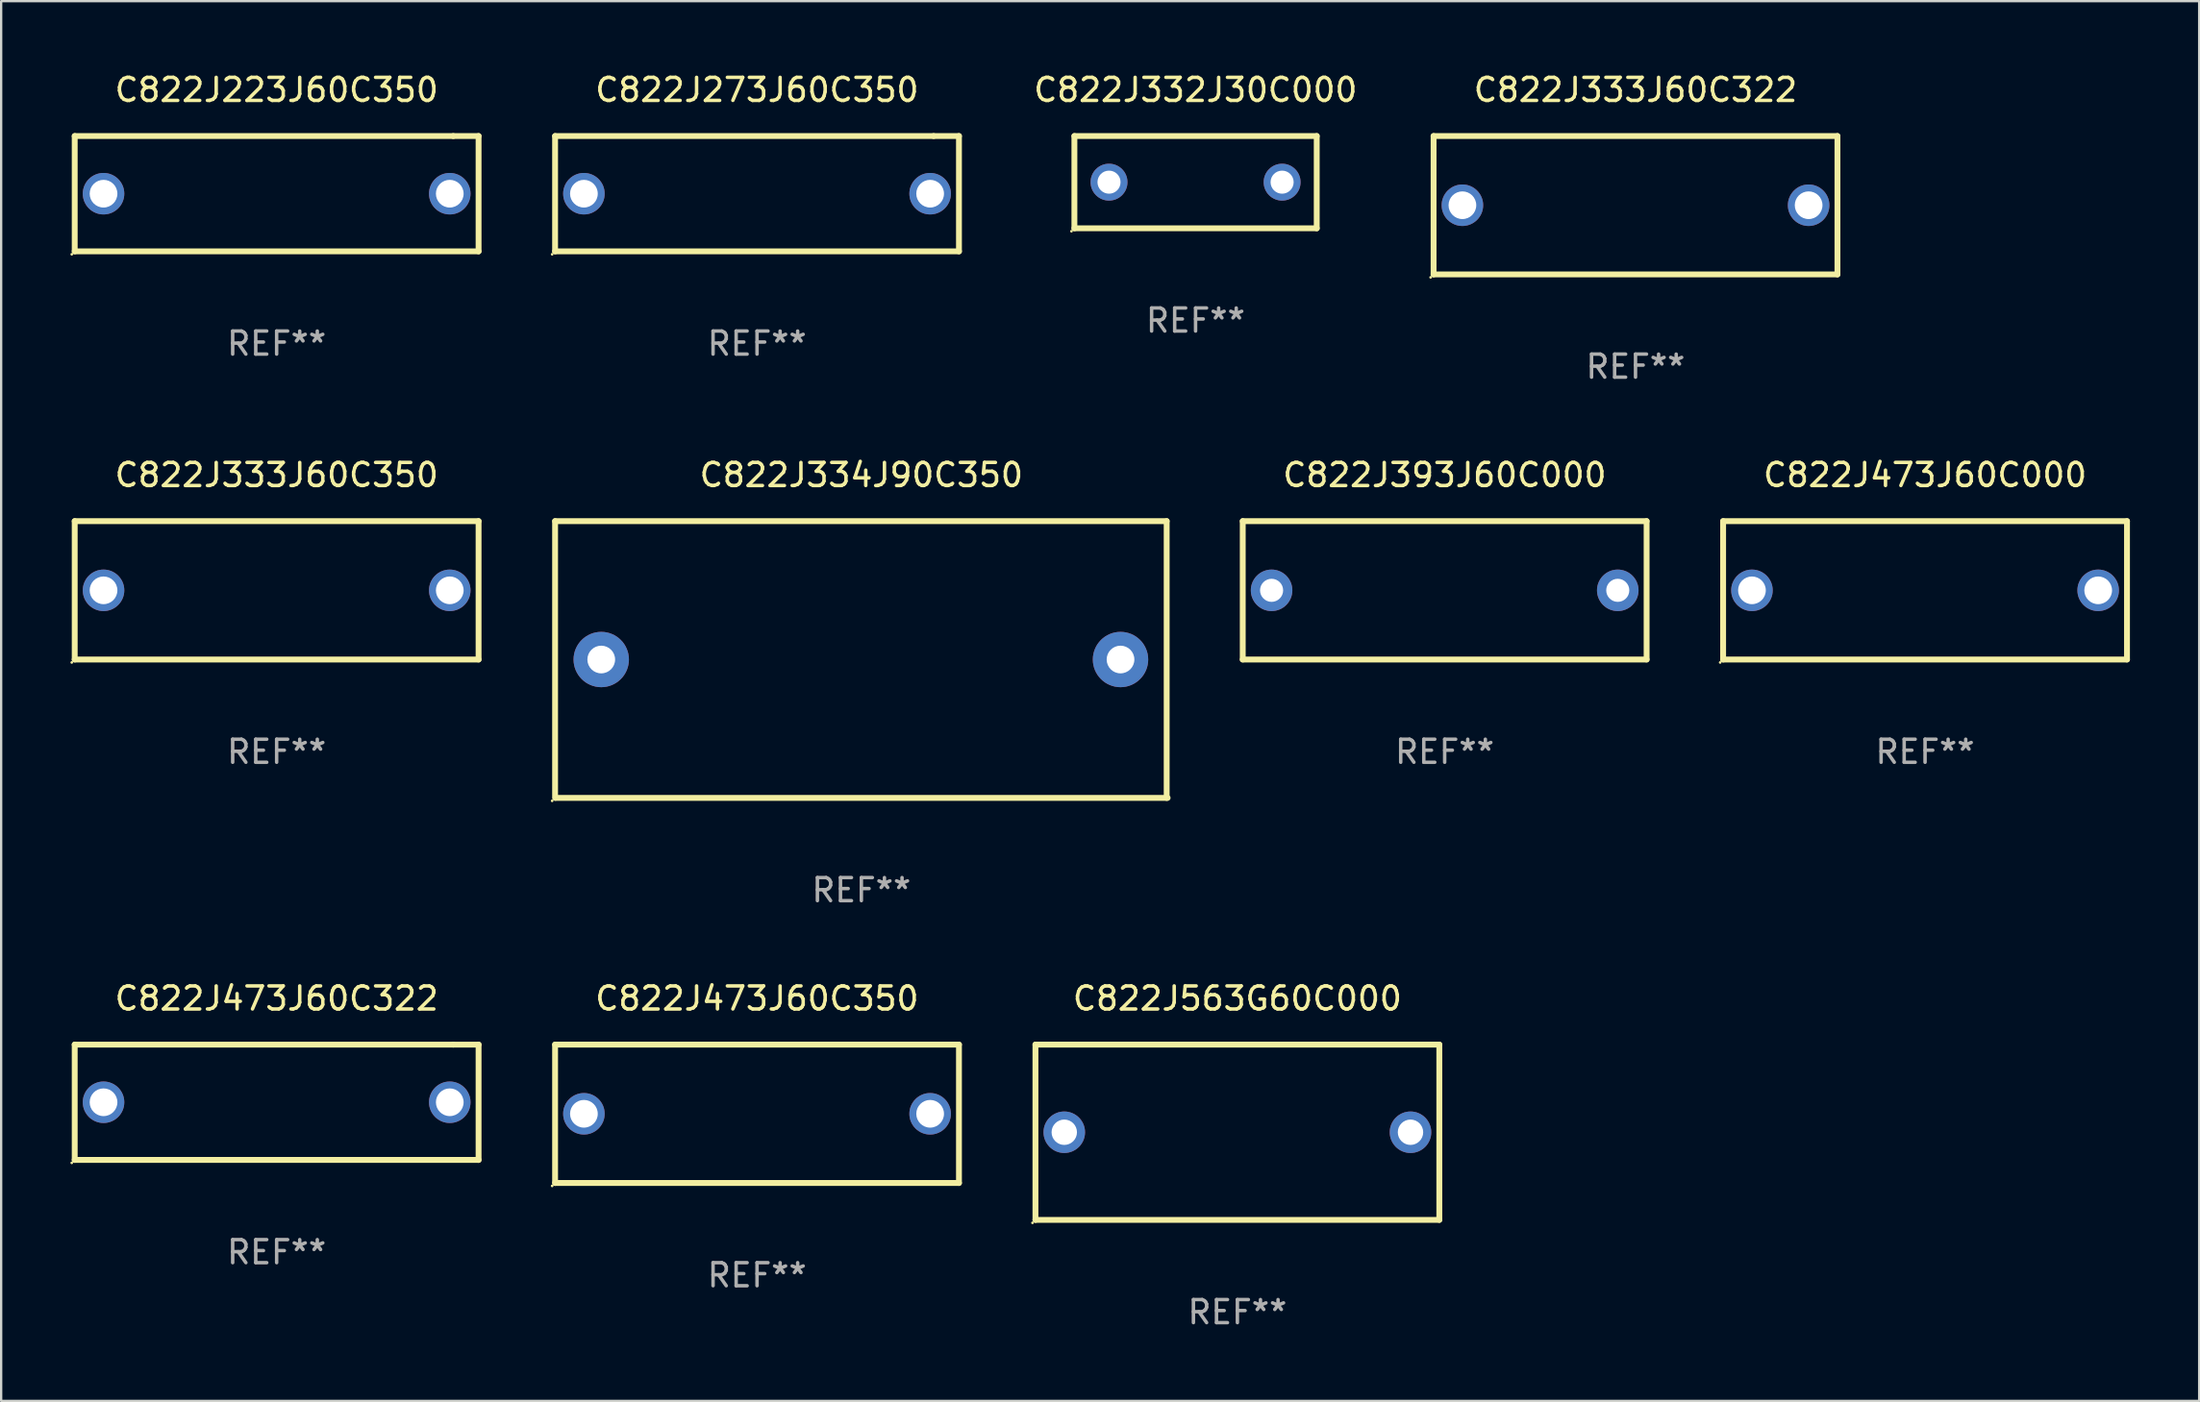
<source format=kicad_pcb>
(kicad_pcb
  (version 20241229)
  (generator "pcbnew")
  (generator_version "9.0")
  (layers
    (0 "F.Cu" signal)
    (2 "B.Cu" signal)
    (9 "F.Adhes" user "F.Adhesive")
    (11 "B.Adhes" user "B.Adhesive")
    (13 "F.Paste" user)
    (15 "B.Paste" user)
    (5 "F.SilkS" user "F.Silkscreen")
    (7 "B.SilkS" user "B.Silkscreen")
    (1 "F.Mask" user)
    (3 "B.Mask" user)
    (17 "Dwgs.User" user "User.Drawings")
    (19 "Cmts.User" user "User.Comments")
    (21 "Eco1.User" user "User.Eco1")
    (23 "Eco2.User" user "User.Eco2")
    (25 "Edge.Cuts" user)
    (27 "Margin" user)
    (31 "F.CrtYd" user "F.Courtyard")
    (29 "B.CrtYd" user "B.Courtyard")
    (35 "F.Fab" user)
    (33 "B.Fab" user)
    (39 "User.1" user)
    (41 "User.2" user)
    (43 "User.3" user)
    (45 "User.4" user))
  (footprint "C822J332J30C000"
    (layer "F.Cu")
    (at 48.754 4.848)
    (property "Reference" "C822J332J30C000" (at 0 -4 0) (layer "F.SilkS") (effects (font (size 1 1) (thickness 0.15))))
    (attr through_hole)
    (fp_line (start -5.25 -2) (end 5.25 -2) (stroke (width 0.254) (type solid)) (layer "F.SilkS"))
    (fp_line (start -5.25 2) (end -5.25 -2) (stroke (width 0.254) (type solid)) (layer "F.SilkS"))
    (fp_line (start 5.25 -2) (end 5.25 2) (stroke (width 0.254) (type solid)) (layer "F.SilkS"))
    (fp_line (start 5.25 2) (end -5.25 2) (stroke (width 0.254) (type solid)) (layer "F.SilkS"))
    (fp_circle (center -5.377 2.127) (end -5.347 2.127) (stroke (width 0.06) (type solid)) (fill no) (layer "F.SilkS"))
    (fp_text user "REF**" (at 0 6 0) (layer "F.Fab") (effects (font (size 1 1) (thickness 0.15))))
    (pad "1" thru_hole circle (at -3.75 0) (size 1.6 1.6) (drill 1) (layers "*.Cu" "*.Mask"))
    (pad "2" thru_hole circle (at 3.75 0) (size 1.6 1.6) (drill 1) (layers "*.Cu" "*.Mask")))
  (footprint "C822J334J90C350"
    (layer "F.Cu")
    (at 34.273 25.545)
    (property "Reference" "C822J334J90C350" (at 0 -8 0) (layer "F.SilkS") (effects (font (size 1 1) (thickness 0.15))))
    (attr through_hole)
    (fp_line (start -13.271 -6) (end 13.229 -6) (stroke (width 0.254) (type solid)) (layer "F.SilkS"))
    (fp_line (start -13.271 6) (end -13.271 -6) (stroke (width 0.254) (type solid)) (layer "F.SilkS"))
    (fp_line (start 13.229 -6) (end 13.229 6) (stroke (width 0.254) (type solid)) (layer "F.SilkS"))
    (fp_line (start 13.271 6) (end -13.229 6) (stroke (width 0.254) (type solid)) (layer "F.SilkS"))
    (fp_circle (center -13.398 6.127) (end -13.368 6.127) (stroke (width 0.06) (type solid)) (fill no) (layer "F.SilkS"))
    (fp_text user "REF**" (at 0 10 0) (layer "F.Fab") (effects (font (size 1 1) (thickness 0.15))))
    (pad "1" thru_hole circle (at -11.271 0) (size 2.4 2.4) (drill 1.2) (layers "*.Cu" "*.Mask"))
    (pad "2" thru_hole circle (at 11.229 0) (size 2.4 2.4) (drill 1.2) (layers "*.Cu" "*.Mask")))
  (footprint "C822J223J60C350"
    (layer "F.Cu")
    (at 8.937 5.348)
    (property "Reference" "C822J223J60C350" (at 0 -4.5 0) (layer "F.SilkS") (effects (font (size 1 1) (thickness 0.15))))
    (attr through_hole)
    (fp_line (start -8.75 -2.499) (end 7.653 -2.499) (stroke (width 0.254) (type solid)) (layer "F.SilkS"))
    (fp_line (start -8.75 2.5) (end -8.75 -2.5) (stroke (width 0.254) (type solid)) (layer "F.SilkS"))
    (fp_line (start 7.653 -2.499) (end 8.75 -2.499) (stroke (width 0.254) (type solid)) (layer "F.SilkS"))
    (fp_line (start 8.75 -2.5) (end 8.75 2.5) (stroke (width 0.254) (type solid)) (layer "F.SilkS"))
    (fp_line (start 8.75 2.5) (end -8.75 2.5) (stroke (width 0.254) (type solid)) (layer "F.SilkS"))
    (fp_circle (center -8.877 2.627) (end -8.847 2.627) (stroke (width 0.06) (type solid)) (fill no) (layer "F.SilkS"))
    (fp_text user "REF**" (at 0 6.5 0) (layer "F.Fab") (effects (font (size 1 1) (thickness 0.15))))
    (pad "1" thru_hole circle (at -7.501 0) (size 1.8 1.8) (drill 1.2) (layers "*.Cu" "*.Mask"))
    (pad "2" thru_hole circle (at 7.501 0) (size 1.8 1.8) (drill 1.2) (layers "*.Cu" "*.Mask")))
  (footprint "C822J563G60C000"
    (layer "F.Cu")
    (at 50.566 46.041)
    (property "Reference" "C822J563G60C000" (at 0 -5.8 0) (layer "F.SilkS") (effects (font (size 1 1) (thickness 0.15))))
    (attr through_hole)
    (fp_line (start -8.75 -3.8) (end 8.75 -3.8) (stroke (width 0.254) (type solid)) (layer "F.SilkS"))
    (fp_line (start -8.75 3.8) (end -8.75 -3.8) (stroke (width 0.254) (type solid)) (layer "F.SilkS"))
    (fp_line (start 8.75 -3.8) (end 8.75 3.8) (stroke (width 0.254) (type solid)) (layer "F.SilkS"))
    (fp_line (start 8.75 3.8) (end -8.75 3.8) (stroke (width 0.254) (type solid)) (layer "F.SilkS"))
    (fp_circle (center -8.877 3.927) (end -8.847 3.927) (stroke (width 0.06) (type solid)) (fill no) (layer "F.SilkS"))
    (fp_text user "REF**" (at 0 7.8 0) (layer "F.Fab") (effects (font (size 1 1) (thickness 0.15))))
    (pad "1" thru_hole circle (at -7.501 0) (size 1.8 1.8) (drill 1.1) (layers "*.Cu" "*.Mask"))
    (pad "2" thru_hole circle (at 7.501 0) (size 1.8 1.8) (drill 1.1) (layers "*.Cu" "*.Mask")))
  (footprint "C822J273J60C350"
    (layer "F.Cu")
    (at 29.752 5.348)
    (property "Reference" "C822J273J60C350" (at 0 -4.5 0) (layer "F.SilkS") (effects (font (size 1 1) (thickness 0.15))))
    (attr through_hole)
    (fp_line (start -8.75 -2.499) (end 7.653 -2.499) (stroke (width 0.254) (type solid)) (layer "F.SilkS"))
    (fp_line (start -8.75 2.5) (end -8.75 -2.5) (stroke (width 0.254) (type solid)) (layer "F.SilkS"))
    (fp_line (start 7.653 -2.499) (end 8.75 -2.499) (stroke (width 0.254) (type solid)) (layer "F.SilkS"))
    (fp_line (start 8.75 -2.5) (end 8.75 2.5) (stroke (width 0.254) (type solid)) (layer "F.SilkS"))
    (fp_line (start 8.75 2.5) (end -8.75 2.5) (stroke (width 0.254) (type solid)) (layer "F.SilkS"))
    (fp_circle (center -8.877 2.627) (end -8.847 2.627) (stroke (width 0.06) (type solid)) (fill no) (layer "F.SilkS"))
    (fp_text user "REF**" (at 0 6.5 0) (layer "F.Fab") (effects (font (size 1 1) (thickness 0.15))))
    (pad "1" thru_hole circle (at -7.501 0) (size 1.8 1.8) (drill 1.2) (layers "*.Cu" "*.Mask"))
    (pad "2" thru_hole circle (at 7.501 0) (size 1.8 1.8) (drill 1.2) (layers "*.Cu" "*.Mask")))
  (footprint "C822J473J60C322"
    (layer "F.Cu")
    (at 8.937 44.741)
    (property "Reference" "C822J473J60C322" (at 0 -4.5 0) (layer "F.SilkS") (effects (font (size 1 1) (thickness 0.15))))
    (attr through_hole)
    (fp_line (start -8.75 -2.499) (end 7.653 -2.499) (stroke (width 0.254) (type solid)) (layer "F.SilkS"))
    (fp_line (start -8.75 2.5) (end -8.75 -2.5) (stroke (width 0.254) (type solid)) (layer "F.SilkS"))
    (fp_line (start 7.653 -2.499) (end 8.75 -2.499) (stroke (width 0.254) (type solid)) (layer "F.SilkS"))
    (fp_line (start 8.75 -2.5) (end 8.75 2.5) (stroke (width 0.254) (type solid)) (layer "F.SilkS"))
    (fp_line (start 8.75 2.5) (end -8.75 2.5) (stroke (width 0.254) (type solid)) (layer "F.SilkS"))
    (fp_circle (center -8.877 2.627) (end -8.847 2.627) (stroke (width 0.06) (type solid)) (fill no) (layer "F.SilkS"))
    (fp_text user "REF**" (at 0 6.5 0) (layer "F.Fab") (effects (font (size 1 1) (thickness 0.15))))
    (pad "1" thru_hole circle (at -7.501 0) (size 1.8 1.8) (drill 1.2) (layers "*.Cu" "*.Mask"))
    (pad "2" thru_hole circle (at 7.501 0) (size 1.8 1.8) (drill 1.2) (layers "*.Cu" "*.Mask")))
  (footprint "C822J473J60C350"
    (layer "F.Cu")
    (at 29.752 45.241)
    (property "Reference" "C822J473J60C350" (at 0 -5 0) (layer "F.SilkS") (effects (font (size 1 1) (thickness 0.15))))
    (attr through_hole)
    (fp_line (start -8.75 -3) (end 8.75 -3) (stroke (width 0.254) (type solid)) (layer "F.SilkS"))
    (fp_line (start -8.75 3) (end -8.75 -3) (stroke (width 0.254) (type solid)) (layer "F.SilkS"))
    (fp_line (start 8.75 -3) (end 8.75 3) (stroke (width 0.254) (type solid)) (layer "F.SilkS"))
    (fp_line (start 8.75 3) (end -8.75 3) (stroke (width 0.254) (type solid)) (layer "F.SilkS"))
    (fp_circle (center -8.877 3.127) (end -8.847 3.127) (stroke (width 0.06) (type solid)) (fill no) (layer "F.SilkS"))
    (fp_text user "REF**" (at 0 7 0) (layer "F.Fab") (effects (font (size 1 1) (thickness 0.15))))
    (pad "1" thru_hole circle (at -7.501 0) (size 1.8 1.8) (drill 1.2) (layers "*.Cu" "*.Mask"))
    (pad "2" thru_hole circle (at 7.501 0) (size 1.8 1.8) (drill 1.2) (layers "*.Cu" "*.Mask")))
  (footprint "C822J393J60C000"
    (layer "F.Cu")
    (at 59.548 22.545)
    (property "Reference" "C822J393J60C000" (at 0 -5 0) (layer "F.SilkS") (effects (font (size 1 1) (thickness 0.15))))
    (attr through_hole)
    (fp_line (start -8.75 -3) (end 8.75 -3) (stroke (width 0.254) (type solid)) (layer "F.SilkS"))
    (fp_line (start -8.75 3) (end -8.75 -3) (stroke (width 0.254) (type solid)) (layer "F.SilkS"))
    (fp_line (start 8.75 -3) (end 8.75 3) (stroke (width 0.254) (type solid)) (layer "F.SilkS"))
    (fp_line (start 8.75 3) (end -8.75 3) (stroke (width 0.254) (type solid)) (layer "F.SilkS"))
    (fp_circle (center -8.75 3) (end -8.72 3) (stroke (width 0.06) (type solid)) (fill no) (layer "F.SilkS"))
    (fp_text user "REF**" (at 0 7 0) (layer "F.Fab") (effects (font (size 1 1) (thickness 0.15))))
    (pad "1" thru_hole circle (at -7.5 0) (size 1.8 1.8) (drill 1) (layers "*.Cu" "*.Mask"))
    (pad "2" thru_hole circle (at 7.5 0) (size 1.8 1.8) (drill 1) (layers "*.Cu" "*.Mask")))
  (footprint "C822J333J60C322"
    (layer "F.Cu")
    (at 67.817 5.848)
    (property "Reference" "C822J333J60C322" (at 0 -5 0) (layer "F.SilkS") (effects (font (size 1 1) (thickness 0.15))))
    (attr through_hole)
    (fp_line (start -8.75 -3) (end 8.75 -3) (stroke (width 0.254) (type solid)) (layer "F.SilkS"))
    (fp_line (start -8.75 3) (end -8.75 -3) (stroke (width 0.254) (type solid)) (layer "F.SilkS"))
    (fp_line (start 8.75 -3) (end 8.75 3) (stroke (width 0.254) (type solid)) (layer "F.SilkS"))
    (fp_line (start 8.75 3) (end -8.75 3) (stroke (width 0.254) (type solid)) (layer "F.SilkS"))
    (fp_circle (center -8.877 3.127) (end -8.847 3.127) (stroke (width 0.06) (type solid)) (fill no) (layer "F.SilkS"))
    (fp_text user "REF**" (at 0 7 0) (layer "F.Fab") (effects (font (size 1 1) (thickness 0.15))))
    (pad "1" thru_hole circle (at -7.501 0) (size 1.8 1.8) (drill 1.2) (layers "*.Cu" "*.Mask"))
    (pad "2" thru_hole circle (at 7.501 0) (size 1.8 1.8) (drill 1.2) (layers "*.Cu" "*.Mask")))
  (footprint "C822J473J60C000"
    (layer "F.Cu")
    (at 80.363 22.545)
    (property "Reference" "C822J473J60C000" (at 0 -5 0) (layer "F.SilkS") (effects (font (size 1 1) (thickness 0.15))))
    (attr through_hole)
    (fp_line (start -8.75 -3) (end 8.75 -3) (stroke (width 0.254) (type solid)) (layer "F.SilkS"))
    (fp_line (start -8.75 3) (end -8.75 -3) (stroke (width 0.254) (type solid)) (layer "F.SilkS"))
    (fp_line (start 8.75 -3) (end 8.75 3) (stroke (width 0.254) (type solid)) (layer "F.SilkS"))
    (fp_line (start 8.75 3) (end -8.75 3) (stroke (width 0.254) (type solid)) (layer "F.SilkS"))
    (fp_circle (center -8.877 3.127) (end -8.847 3.127) (stroke (width 0.06) (type solid)) (fill no) (layer "F.SilkS"))
    (fp_text user "REF**" (at 0 7 0) (layer "F.Fab") (effects (font (size 1 1) (thickness 0.15))))
    (pad "1" thru_hole circle (at -7.501 0) (size 1.8 1.8) (drill 1.2) (layers "*.Cu" "*.Mask"))
    (pad "2" thru_hole circle (at 7.501 0) (size 1.8 1.8) (drill 1.2) (layers "*.Cu" "*.Mask")))
  (footprint "C822J333J60C350"
    (layer "F.Cu")
    (at 8.937 22.545)
    (property "Reference" "C822J333J60C350" (at 0 -5 0) (layer "F.SilkS") (effects (font (size 1 1) (thickness 0.15))))
    (attr through_hole)
    (fp_line (start -8.75 -3) (end 8.75 -3) (stroke (width 0.254) (type solid)) (layer "F.SilkS"))
    (fp_line (start -8.75 3) (end -8.75 -3) (stroke (width 0.254) (type solid)) (layer "F.SilkS"))
    (fp_line (start 8.75 -3) (end 8.75 3) (stroke (width 0.254) (type solid)) (layer "F.SilkS"))
    (fp_line (start 8.75 3) (end -8.75 3) (stroke (width 0.254) (type solid)) (layer "F.SilkS"))
    (fp_circle (center -8.877 3.127) (end -8.847 3.127) (stroke (width 0.06) (type solid)) (fill no) (layer "F.SilkS"))
    (fp_text user "REF**" (at 0 7 0) (layer "F.Fab") (effects (font (size 1 1) (thickness 0.15))))
    (pad "1" thru_hole circle (at -7.501 0) (size 1.8 1.8) (drill 1.2) (layers "*.Cu" "*.Mask"))
    (pad "2" thru_hole circle (at 7.501 0) (size 1.8 1.8) (drill 1.2) (layers "*.Cu" "*.Mask")))
  (gr_rect
    (start -3 -3)
    (end 92.24 57.69)
    (stroke (width 0.1) (type default))
    (fill no)
    (layer "Edge.Cuts")))
</source>
